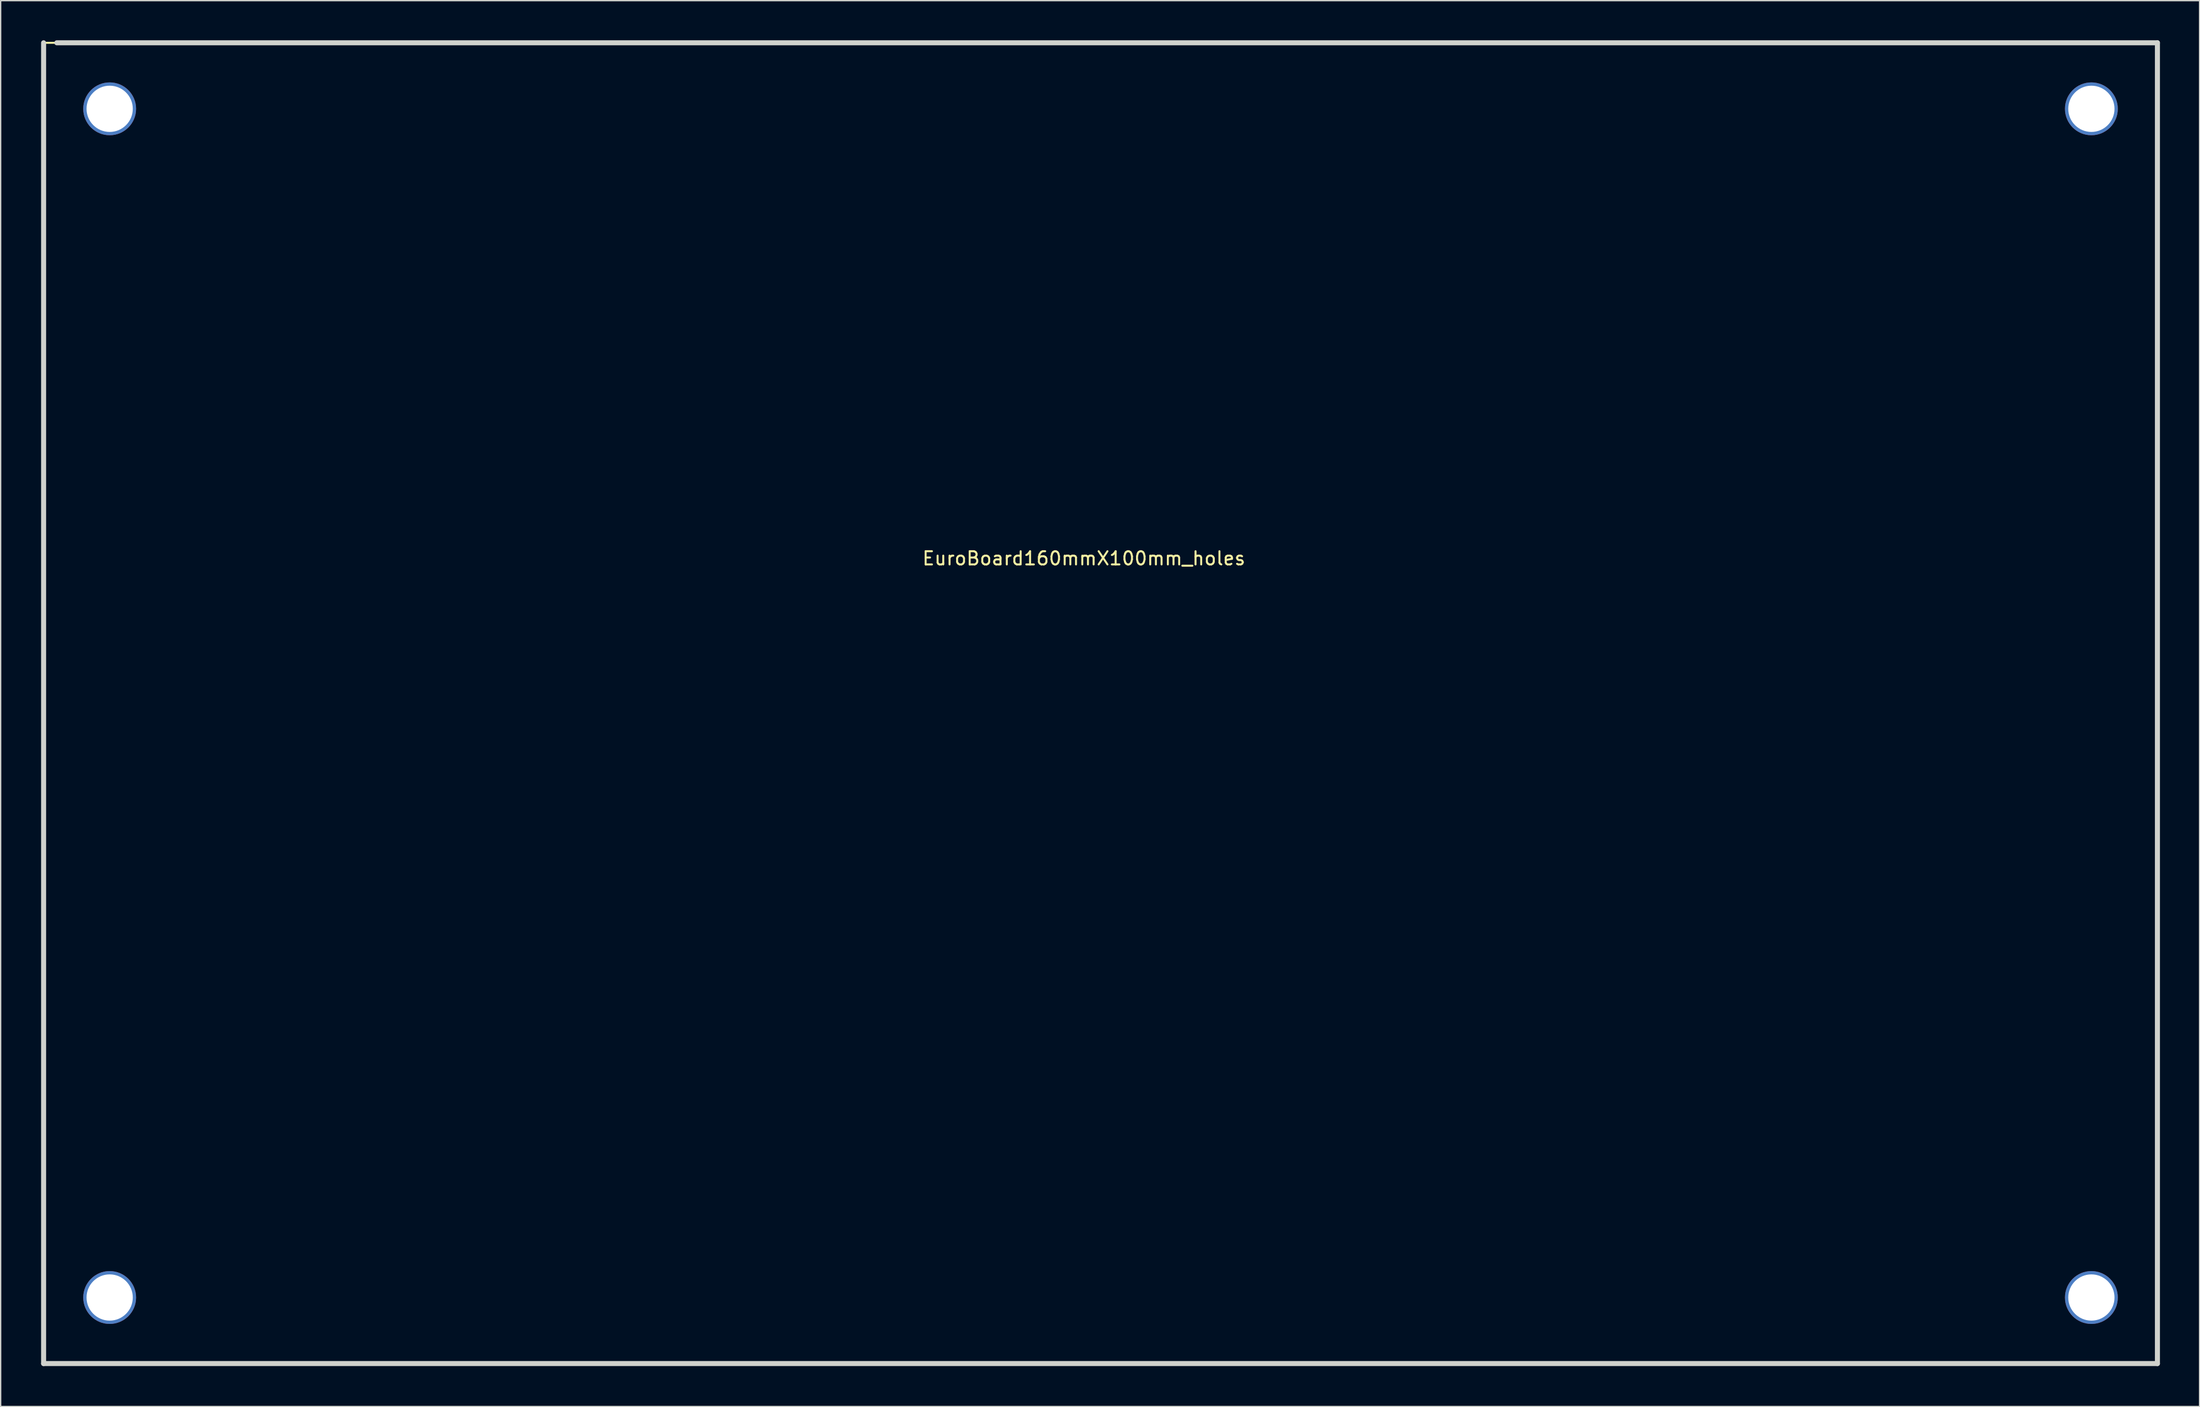
<source format=kicad_pcb>
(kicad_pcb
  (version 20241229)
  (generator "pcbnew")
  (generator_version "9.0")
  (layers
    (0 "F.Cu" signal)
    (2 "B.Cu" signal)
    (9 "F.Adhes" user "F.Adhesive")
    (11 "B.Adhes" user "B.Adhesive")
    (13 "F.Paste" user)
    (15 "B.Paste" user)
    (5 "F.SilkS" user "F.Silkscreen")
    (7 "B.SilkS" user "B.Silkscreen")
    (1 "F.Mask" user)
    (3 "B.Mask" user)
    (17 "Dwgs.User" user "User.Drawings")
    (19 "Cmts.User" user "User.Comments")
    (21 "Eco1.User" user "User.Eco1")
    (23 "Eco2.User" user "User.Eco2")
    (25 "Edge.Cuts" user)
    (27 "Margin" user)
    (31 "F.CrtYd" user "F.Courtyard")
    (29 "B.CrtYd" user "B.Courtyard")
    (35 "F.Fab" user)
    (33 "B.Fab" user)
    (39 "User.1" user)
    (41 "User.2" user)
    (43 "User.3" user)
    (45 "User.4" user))
  (footprint "EuroBoard160mmX100mm_holes"
    (layer "F.Cu")
    (at 0.25 100.19)
    (property "Reference" "EuroBoard160mmX100mm_holes" (at 78.74 -60.96 0) (layer "F.SilkS") (effects (font (size 1 1) (thickness 0.15))))
    (attr through_hole)
    (fp_line (start 1.001 -100) (end 0 -100) (stroke (width 0.15) (type solid)) (layer "F.SilkS"))
    (fp_line (start 0 -100) (end 0 0) (stroke (width 0.381) (type solid)) (layer "Edge.Cuts"))
    (fp_line (start 0 0) (end 160 0) (stroke (width 0.381) (type solid)) (layer "Edge.Cuts"))
    (fp_line (start 160 -100) (end 1.001 -100) (stroke (width 0.381) (type solid)) (layer "Edge.Cuts"))
    (fp_line (start 160 0) (end 160 -100) (stroke (width 0.381) (type solid)) (layer "Edge.Cuts"))
    (pad "1" thru_hole circle (at 5.001 -95.001) (size 4 4) (drill 3.5) (layers "*.Cu" "*.Mask"))
    (pad "2" thru_hole circle (at 155.001 -95.001) (size 4 4) (drill 3.5) (layers "*.Cu" "*.Mask"))
    (pad "3" thru_hole circle (at 5.001 -5.001) (size 4 4) (drill 3.5) (layers "*.Cu" "*.Mask"))
    (pad "4" thru_hole circle (at 155.001 -5.001) (size 4 4) (drill 3.5) (layers "*.Cu" "*.Mask")))
  (gr_rect
    (start -3 -3)
    (end 163.44 103.44)
    (stroke (width 0.1) (type default))
    (fill no)
    (layer "Edge.Cuts")))
</source>
